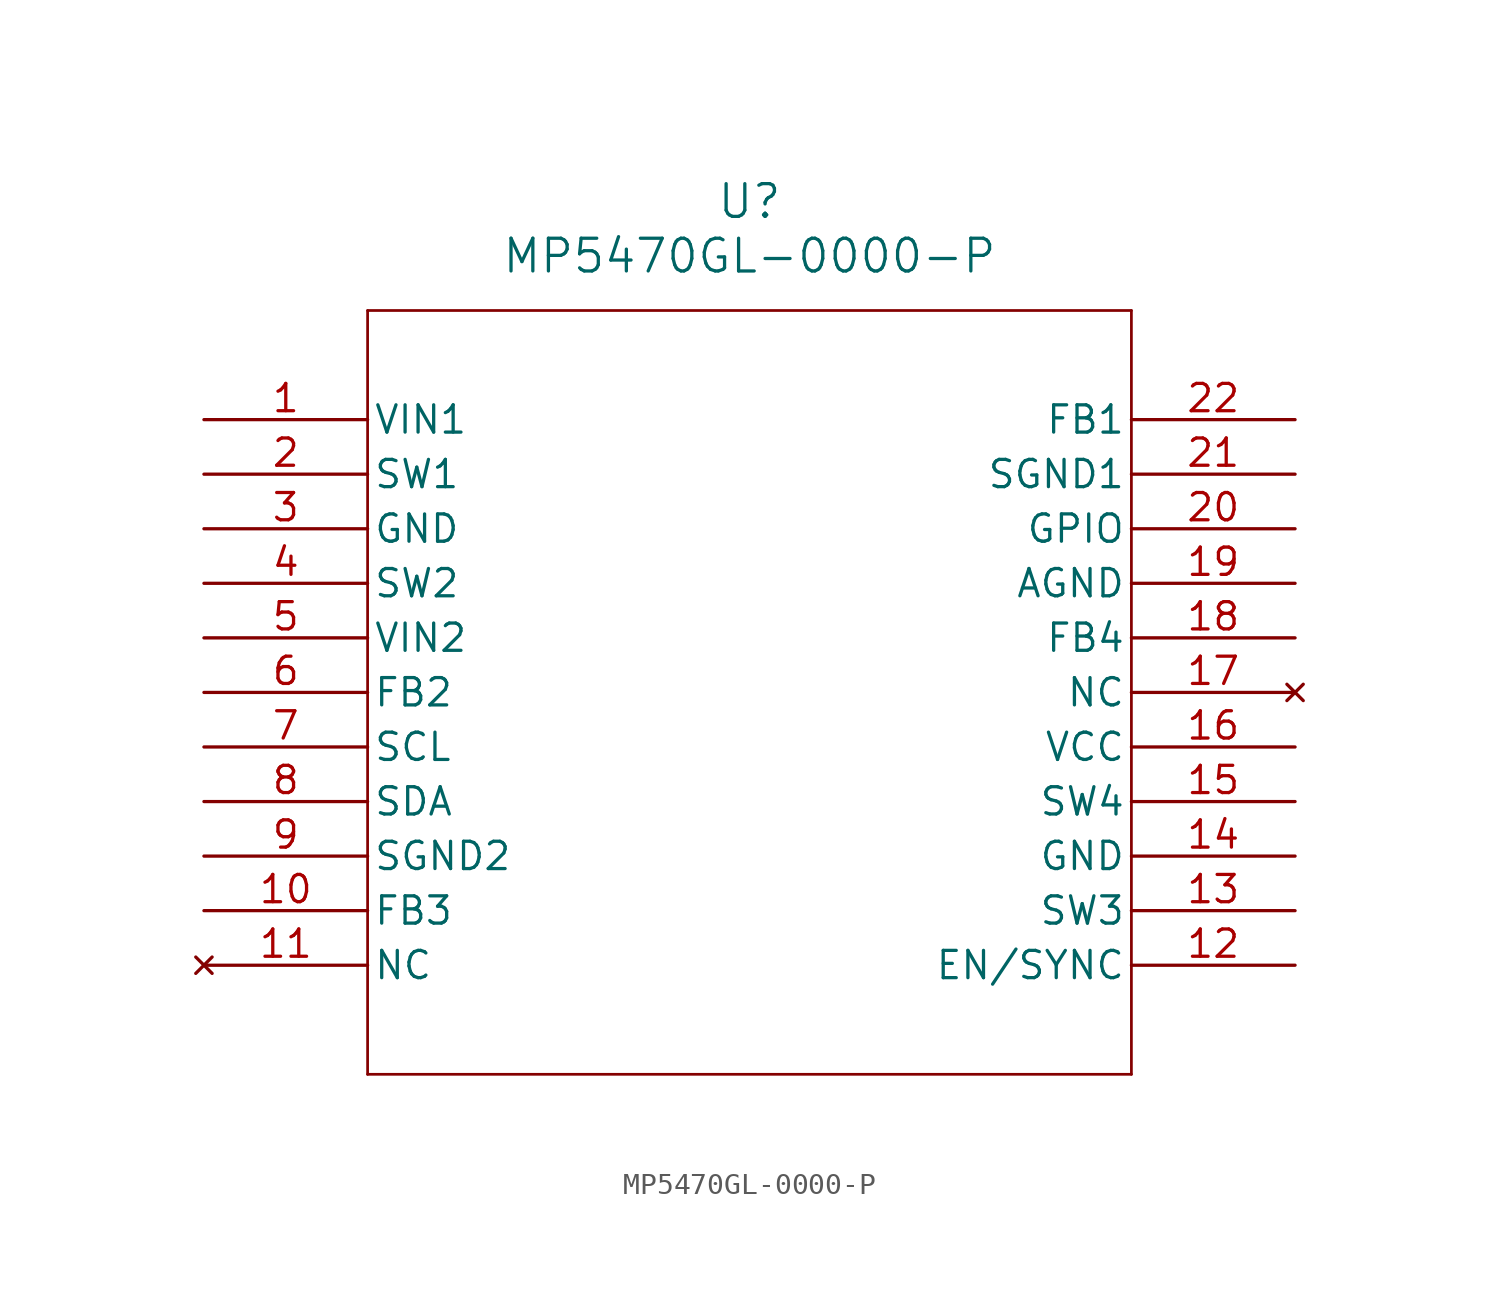
<source format=kicad_sym>
(kicad_symbol_lib
  (version 20211014)
  (generator kicad_symbol_editor)
  (symbol "MP5470GL-0000-P"
    (pin_names
      (offset 0.254))
    (property "Reference" "U"
      (at 25.4 10.16 0)
      (effects (font (size 1.524 1.524))))
    (property "Value" "MP5470GL-0000-P"
      (at 25.4 7.62 0)
      (effects (font (size 1.524 1.524))))
    (symbol "MP5470GL-0000-P_0_1"
      (polyline (pts (xy 7.62 5.08) (xy 7.62 -30.48)) (stroke (width 0.127) (type default) (color 0 0 0 0)) (fill (type none)))
      (polyline (pts (xy 7.62 -30.48) (xy 43.18 -30.48)) (stroke (width 0.127) (type default) (color 0 0 0 0)) (fill (type none)))
      (polyline (pts (xy 43.18 -30.48) (xy 43.18 5.08)) (stroke (width 0.127) (type default) (color 0 0 0 0)) (fill (type none)))
      (polyline (pts (xy 43.18 5.08) (xy 7.62 5.08)) (stroke (width 0.127) (type default) (color 0 0 0 0)) (fill (type none)))
      (pin power_in line (at 0 0 0) (length 7.62) (name "VIN1" (effects (font (size 1.27 1.27)))) (number "1" (effects (font (size 1.27 1.27)))))
      (pin output line (at 0 -2.54 0) (length 7.62) (name "SW1" (effects (font (size 1.27 1.27)))) (number "2" (effects (font (size 1.27 1.27)))))
      (pin power_out line (at 0 -5.08 0) (length 7.62) (name "GND" (effects (font (size 1.27 1.27)))) (number "3" (effects (font (size 1.27 1.27)))))
      (pin output line (at 0 -7.62 0) (length 7.62) (name "SW2" (effects (font (size 1.27 1.27)))) (number "4" (effects (font (size 1.27 1.27)))))
      (pin power_in line (at 0 -10.16 0) (length 7.62) (name "VIN2" (effects (font (size 1.27 1.27)))) (number "5" (effects (font (size 1.27 1.27)))))
      (pin bidirectional line (at 0 -12.7 0) (length 7.62) (name "FB2" (effects (font (size 1.27 1.27)))) (number "6" (effects (font (size 1.27 1.27)))))
      (pin input line (at 0 -15.24 0) (length 7.62) (name "SCL" (effects (font (size 1.27 1.27)))) (number "7" (effects (font (size 1.27 1.27)))))
      (pin unspecified line (at 0 -17.78 0) (length 7.62) (name "SDA" (effects (font (size 1.27 1.27)))) (number "8" (effects (font (size 1.27 1.27)))))
      (pin power_out line (at 0 -20.32 0) (length 7.62) (name "SGND2" (effects (font (size 1.27 1.27)))) (number "9" (effects (font (size 1.27 1.27)))))
      (pin bidirectional line (at 0 -22.86 0) (length 7.62) (name "FB3" (effects (font (size 1.27 1.27)))) (number "10" (effects (font (size 1.27 1.27)))))
      (pin no_connect line (at 0 -25.4 0) (length 7.62) (name "NC" (effects (font (size 1.27 1.27)))) (number "11" (effects (font (size 1.27 1.27)))))
      (pin unspecified line (at 50.8 -25.4 180) (length 7.62) (name "EN/SYNC" (effects (font (size 1.27 1.27)))) (number "12" (effects (font (size 1.27 1.27)))))
      (pin output line (at 50.8 -22.86 180) (length 7.62) (name "SW3" (effects (font (size 1.27 1.27)))) (number "13" (effects (font (size 1.27 1.27)))))
      (pin power_out line (at 50.8 -20.32 180) (length 7.62) (name "GND" (effects (font (size 1.27 1.27)))) (number "14" (effects (font (size 1.27 1.27)))))
      (pin output line (at 50.8 -17.78 180) (length 7.62) (name "SW4" (effects (font (size 1.27 1.27)))) (number "15" (effects (font (size 1.27 1.27)))))
      (pin power_in line (at 50.8 -15.24 180) (length 7.62) (name "VCC" (effects (font (size 1.27 1.27)))) (number "16" (effects (font (size 1.27 1.27)))))
      (pin no_connect line (at 50.8 -12.7 180) (length 7.62) (name "NC" (effects (font (size 1.27 1.27)))) (number "17" (effects (font (size 1.27 1.27)))))
      (pin bidirectional line (at 50.8 -10.16 180) (length 7.62) (name "FB4" (effects (font (size 1.27 1.27)))) (number "18" (effects (font (size 1.27 1.27)))))
      (pin power_out line (at 50.8 -7.62 180) (length 7.62) (name "AGND" (effects (font (size 1.27 1.27)))) (number "19" (effects (font (size 1.27 1.27)))))
      (pin bidirectional line (at 50.8 -5.08 180) (length 7.62) (name "GPIO" (effects (font (size 1.27 1.27)))) (number "20" (effects (font (size 1.27 1.27)))))
      (pin power_out line (at 50.8 -2.54 180) (length 7.62) (name "SGND1" (effects (font (size 1.27 1.27)))) (number "21" (effects (font (size 1.27 1.27)))))
      (pin bidirectional line (at 50.8 0 180) (length 7.62) (name "FB1" (effects (font (size 1.27 1.27)))) (number "22" (effects (font (size 1.27 1.27))))))))
</source>
